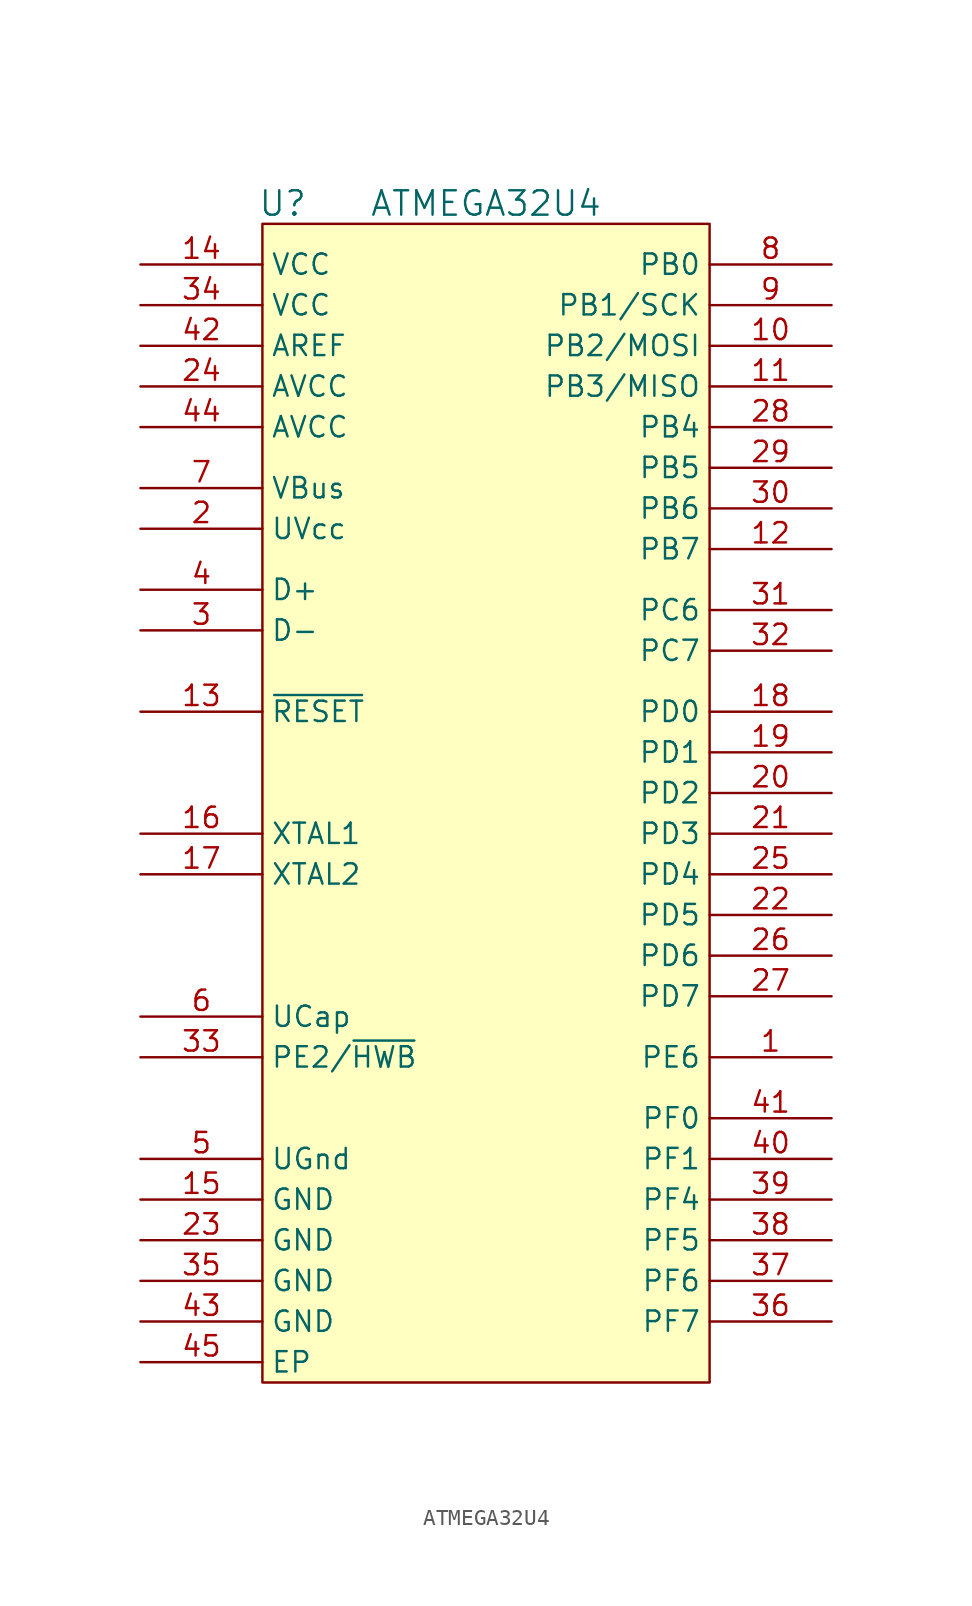
<source format=kicad_sym>
(kicad_symbol_lib
  (version 20210619)
  (generator kicad_symbol_editor)
  (symbol "0xCB:ATMEGA32U4"
    (property "Reference" "U"
      (at -17.78 30.48 0)
      (effects (font (size 1.524 1.524))))
    (property "Value" "ATMEGA32U4"
      (at -5.08 30.48 0)
      (effects (font (size 1.524 1.524))))
    (property "Footprint" ""
      (at 0 0 0)
      (effects (font (size 1.524 1.524))))
    (property "Datasheet" ""
      (at 0 0 0)
      (effects (font (size 1.524 1.524))))
    (symbol "ATMEGA32U4_0_1"
      (rectangle (start 8.89 29.21) (end -19.05 -43.18) (stroke (width 0)) (fill (type background))))
    (symbol "ATMEGA32U4_1_1"
      (pin bidirectional line (at 16.51 -22.86 180) (length 7.62) (name "PE6" (effects (font (size 1.27 1.27)))) (number "1" (effects (font (size 1.27 1.27)))))
      (pin bidirectional line (at 16.51 21.59 180) (length 7.62) (name "PB2/MOSI" (effects (font (size 1.27 1.27)))) (number "10" (effects (font (size 1.27 1.27)))))
      (pin bidirectional line (at 16.51 19.05 180) (length 7.62) (name "PB3/MISO" (effects (font (size 1.27 1.27)))) (number "11" (effects (font (size 1.27 1.27)))))
      (pin bidirectional line (at 16.51 8.89 180) (length 7.62) (name "PB7" (effects (font (size 1.27 1.27)))) (number "12" (effects (font (size 1.27 1.27)))))
      (pin input line (at -26.67 -1.27 0) (length 7.62) (name "~{RESET}" (effects (font (size 1.27 1.27)))) (number "13" (effects (font (size 1.27 1.27)))))
      (pin power_in line (at -26.67 26.67 0) (length 7.62) (name "VCC" (effects (font (size 1.27 1.27)))) (number "14" (effects (font (size 1.27 1.27)))))
      (pin power_in line (at -26.67 -31.75 0) (length 7.62) (name "GND" (effects (font (size 1.27 1.27)))) (number "15" (effects (font (size 1.27 1.27)))))
      (pin input line (at -26.67 -8.89 0) (length 7.62) (name "XTAL1" (effects (font (size 1.27 1.27)))) (number "16" (effects (font (size 1.27 1.27)))))
      (pin output line (at -26.67 -11.43 0) (length 7.62) (name "XTAL2" (effects (font (size 1.27 1.27)))) (number "17" (effects (font (size 1.27 1.27)))))
      (pin bidirectional line (at 16.51 -1.27 180) (length 7.62) (name "PD0" (effects (font (size 1.27 1.27)))) (number "18" (effects (font (size 1.27 1.27)))))
      (pin bidirectional line (at 16.51 -3.81 180) (length 7.62) (name "PD1" (effects (font (size 1.27 1.27)))) (number "19" (effects (font (size 1.27 1.27)))))
      (pin power_in line (at -26.67 10.16 0) (length 7.62) (name "UVcc" (effects (font (size 1.27 1.27)))) (number "2" (effects (font (size 1.27 1.27)))))
      (pin bidirectional line (at 16.51 -6.35 180) (length 7.62) (name "PD2" (effects (font (size 1.27 1.27)))) (number "20" (effects (font (size 1.27 1.27)))))
      (pin bidirectional line (at 16.51 -8.89 180) (length 7.62) (name "PD3" (effects (font (size 1.27 1.27)))) (number "21" (effects (font (size 1.27 1.27)))))
      (pin bidirectional line (at 16.51 -13.97 180) (length 7.62) (name "PD5" (effects (font (size 1.27 1.27)))) (number "22" (effects (font (size 1.27 1.27)))))
      (pin power_in line (at -26.67 -34.29 0) (length 7.62) (name "GND" (effects (font (size 1.27 1.27)))) (number "23" (effects (font (size 1.27 1.27)))))
      (pin power_in line (at -26.67 19.05 0) (length 7.62) (name "AVCC" (effects (font (size 1.27 1.27)))) (number "24" (effects (font (size 1.27 1.27)))))
      (pin bidirectional line (at 16.51 -11.43 180) (length 7.62) (name "PD4" (effects (font (size 1.27 1.27)))) (number "25" (effects (font (size 1.27 1.27)))))
      (pin bidirectional line (at 16.51 -16.51 180) (length 7.62) (name "PD6" (effects (font (size 1.27 1.27)))) (number "26" (effects (font (size 1.27 1.27)))))
      (pin bidirectional line (at 16.51 -19.05 180) (length 7.62) (name "PD7" (effects (font (size 1.27 1.27)))) (number "27" (effects (font (size 1.27 1.27)))))
      (pin bidirectional line (at 16.51 16.51 180) (length 7.62) (name "PB4" (effects (font (size 1.27 1.27)))) (number "28" (effects (font (size 1.27 1.27)))))
      (pin bidirectional line (at 16.51 13.97 180) (length 7.62) (name "PB5" (effects (font (size 1.27 1.27)))) (number "29" (effects (font (size 1.27 1.27)))))
      (pin bidirectional line (at -26.67 3.81 0) (length 7.62) (name "D-" (effects (font (size 1.27 1.27)))) (number "3" (effects (font (size 1.27 1.27)))))
      (pin bidirectional line (at 16.51 11.43 180) (length 7.62) (name "PB6" (effects (font (size 1.27 1.27)))) (number "30" (effects (font (size 1.27 1.27)))))
      (pin bidirectional line (at 16.51 5.08 180) (length 7.62) (name "PC6" (effects (font (size 1.27 1.27)))) (number "31" (effects (font (size 1.27 1.27)))))
      (pin bidirectional line (at 16.51 2.54 180) (length 7.62) (name "PC7" (effects (font (size 1.27 1.27)))) (number "32" (effects (font (size 1.27 1.27)))))
      (pin bidirectional line (at -26.67 -22.86 0) (length 7.62) (name "PE2/~{HWB}" (effects (font (size 1.27 1.27)))) (number "33" (effects (font (size 1.27 1.27)))))
      (pin power_in line (at -26.67 24.13 0) (length 7.62) (name "VCC" (effects (font (size 1.27 1.27)))) (number "34" (effects (font (size 1.27 1.27)))))
      (pin power_in line (at -26.67 -36.83 0) (length 7.62) (name "GND" (effects (font (size 1.27 1.27)))) (number "35" (effects (font (size 1.27 1.27)))))
      (pin bidirectional line (at 16.51 -39.37 180) (length 7.62) (name "PF7" (effects (font (size 1.27 1.27)))) (number "36" (effects (font (size 1.27 1.27)))))
      (pin bidirectional line (at 16.51 -36.83 180) (length 7.62) (name "PF6" (effects (font (size 1.27 1.27)))) (number "37" (effects (font (size 1.27 1.27)))))
      (pin bidirectional line (at 16.51 -34.29 180) (length 7.62) (name "PF5" (effects (font (size 1.27 1.27)))) (number "38" (effects (font (size 1.27 1.27)))))
      (pin bidirectional line (at 16.51 -31.75 180) (length 7.62) (name "PF4" (effects (font (size 1.27 1.27)))) (number "39" (effects (font (size 1.27 1.27)))))
      (pin bidirectional line (at -26.67 6.35 0) (length 7.62) (name "D+" (effects (font (size 1.27 1.27)))) (number "4" (effects (font (size 1.27 1.27)))))
      (pin bidirectional line (at 16.51 -29.21 180) (length 7.62) (name "PF1" (effects (font (size 1.27 1.27)))) (number "40" (effects (font (size 1.27 1.27)))))
      (pin bidirectional line (at 16.51 -26.67 180) (length 7.62) (name "PF0" (effects (font (size 1.27 1.27)))) (number "41" (effects (font (size 1.27 1.27)))))
      (pin input line (at -26.67 21.59 0) (length 7.62) (name "AREF" (effects (font (size 1.27 1.27)))) (number "42" (effects (font (size 1.27 1.27)))))
      (pin power_in line (at -26.67 -39.37 0) (length 7.62) (name "GND" (effects (font (size 1.27 1.27)))) (number "43" (effects (font (size 1.27 1.27)))))
      (pin power_in line (at -26.67 16.51 0) (length 7.62) (name "AVCC" (effects (font (size 1.27 1.27)))) (number "44" (effects (font (size 1.27 1.27)))))
      (pin power_in line (at -26.67 -41.91 0) (length 7.62) (name "EP" (effects (font (size 1.27 1.27)))) (number "45" (effects (font (size 1.27 1.27)))))
      (pin power_in line (at -26.67 -29.21 0) (length 7.62) (name "UGnd" (effects (font (size 1.27 1.27)))) (number "5" (effects (font (size 1.27 1.27)))))
      (pin input line (at -26.67 -20.32 0) (length 7.62) (name "UCap" (effects (font (size 1.27 1.27)))) (number "6" (effects (font (size 1.27 1.27)))))
      (pin input line (at -26.67 12.7 0) (length 7.62) (name "VBus" (effects (font (size 1.27 1.27)))) (number "7" (effects (font (size 1.27 1.27)))))
      (pin bidirectional line (at 16.51 26.67 180) (length 7.62) (name "PB0" (effects (font (size 1.27 1.27)))) (number "8" (effects (font (size 1.27 1.27)))))
      (pin bidirectional line (at 16.51 24.13 180) (length 7.62) (name "PB1/SCK" (effects (font (size 1.27 1.27)))) (number "9" (effects (font (size 1.27 1.27))))))))
</source>
